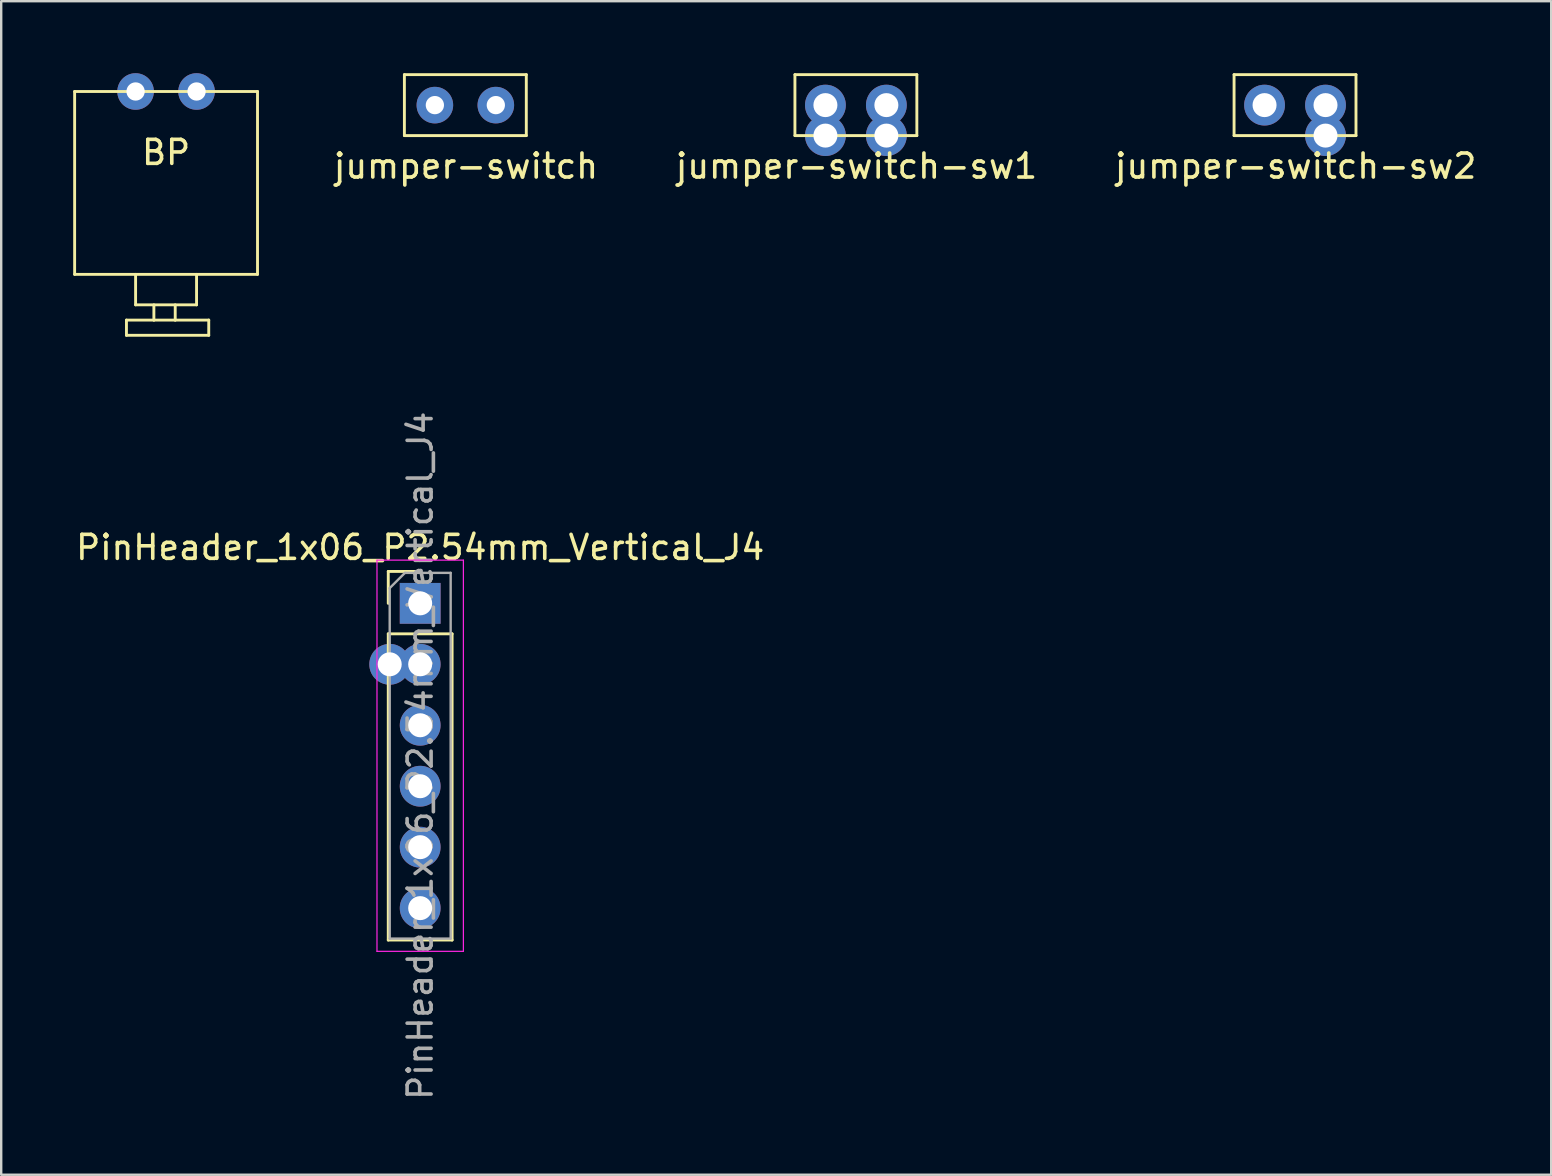
<source format=kicad_pcb>
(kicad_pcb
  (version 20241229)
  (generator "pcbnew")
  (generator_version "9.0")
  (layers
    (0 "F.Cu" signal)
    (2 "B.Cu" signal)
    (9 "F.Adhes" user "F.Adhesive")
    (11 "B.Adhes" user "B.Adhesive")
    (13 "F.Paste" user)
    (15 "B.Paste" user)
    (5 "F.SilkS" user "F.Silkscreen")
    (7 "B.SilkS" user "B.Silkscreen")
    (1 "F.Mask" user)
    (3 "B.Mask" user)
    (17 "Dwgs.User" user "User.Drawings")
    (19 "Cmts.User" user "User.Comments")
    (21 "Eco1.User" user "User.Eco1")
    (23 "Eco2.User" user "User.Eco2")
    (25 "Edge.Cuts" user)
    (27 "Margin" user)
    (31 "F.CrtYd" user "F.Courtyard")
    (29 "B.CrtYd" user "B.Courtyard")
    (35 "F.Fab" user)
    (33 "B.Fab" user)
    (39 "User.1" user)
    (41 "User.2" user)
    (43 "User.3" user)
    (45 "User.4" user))
  (footprint "PinHeader_1x06_P2.54mm_Vertical_J4"
    (layer "F.Cu")
    (at 14.458 22.09)
    (property "Reference" "PinHeader_1x06_P2.54mm_Vertical_J4" (at 0 -2.33 0) (layer "F.SilkS") (effects (font (size 1 1) (thickness 0.15))))
    (attr through_hole)
    (fp_line (start -1.33 -1.33) (end 0 -1.33) (stroke (width 0.12) (type solid)) (layer "F.SilkS"))
    (fp_line (start -1.33 0) (end -1.33 -1.33) (stroke (width 0.12) (type solid)) (layer "F.SilkS"))
    (fp_line (start -1.33 1.27) (end -1.33 14.03) (stroke (width 0.12) (type solid)) (layer "F.SilkS"))
    (fp_line (start -1.33 1.27) (end 1.33 1.27) (stroke (width 0.12) (type solid)) (layer "F.SilkS"))
    (fp_line (start -1.33 14.03) (end 1.33 14.03) (stroke (width 0.12) (type solid)) (layer "F.SilkS"))
    (fp_line (start 1.33 1.27) (end 1.33 14.03) (stroke (width 0.12) (type solid)) (layer "F.SilkS"))
    (fp_line (start -1.8 -1.8) (end -1.8 14.5) (stroke (width 0.05) (type solid)) (layer "F.CrtYd"))
    (fp_line (start -1.8 14.5) (end 1.8 14.5) (stroke (width 0.05) (type solid)) (layer "F.CrtYd"))
    (fp_line (start 1.8 -1.8) (end -1.8 -1.8) (stroke (width 0.05) (type solid)) (layer "F.CrtYd"))
    (fp_line (start 1.8 14.5) (end 1.8 -1.8) (stroke (width 0.05) (type solid)) (layer "F.CrtYd"))
    (fp_line (start -1.27 -0.635) (end -0.635 -1.27) (stroke (width 0.1) (type solid)) (layer "F.Fab"))
    (fp_line (start -1.27 13.97) (end -1.27 -0.635) (stroke (width 0.1) (type solid)) (layer "F.Fab"))
    (fp_line (start -0.635 -1.27) (end 1.27 -1.27) (stroke (width 0.1) (type solid)) (layer "F.Fab"))
    (fp_line (start 1.27 -1.27) (end 1.27 13.97) (stroke (width 0.1) (type solid)) (layer "F.Fab"))
    (fp_line (start 1.27 13.97) (end -1.27 13.97) (stroke (width 0.1) (type solid)) (layer "F.Fab"))
    (fp_text user "${REFERENCE}" (at 0 6.35 90) (layer "F.Fab") (effects (font (size 1 1) (thickness 0.15))))
    (pad "1" thru_hole rect (at 0 0) (size 1.7 1.7) (drill 1) (layers "*.Cu" "*.Mask"))
    (pad "2" thru_hole oval (at 0 2.54) (size 1.7 1.7) (drill oval 1) (layers "*.Cu" "*.Mask"))
    (pad "3" thru_hole oval (at 0 5.08) (size 1.7 1.7) (drill 1) (layers "*.Cu" "*.Mask"))
    (pad "4" thru_hole oval (at 0 7.62) (size 1.7 1.7) (drill 1) (layers "*.Cu" "*.Mask"))
    (pad "5" thru_hole oval (at 0 10.16) (size 1.7 1.7) (drill 1) (layers "*.Cu" "*.Mask"))
    (pad "6" thru_hole oval (at 0 12.7) (size 1.7 1.7) (drill 1) (layers "*.Cu" "*.Mask"))
    (pad "7" thru_hole oval (at -1.27 2.54) (size 1.7 1.7) (drill oval 1) (layers "*.Cu" "*.Mask")))
  (footprint "jumper-switch"
    (layer "F.Cu")
    (at 16.34 1.33)
    (property "Reference" "jumper-switch" (at 0.025 2.54 0) (layer "F.SilkS") (effects (font (size 1 1) (thickness 0.15))))
    (attr through_hole)
    (fp_line (start -2.54 -1.27) (end 2.54 -1.27) (stroke (width 0.12) (type solid)) (layer "F.SilkS"))
    (fp_line (start -2.54 1.27) (end -2.54 -1.27) (stroke (width 0.12) (type solid)) (layer "F.SilkS"))
    (fp_line (start 2.54 -1.27) (end 2.54 1.27) (stroke (width 0.12) (type solid)) (layer "F.SilkS"))
    (fp_line (start 2.54 1.27) (end -2.54 1.27) (stroke (width 0.12) (type solid)) (layer "F.SilkS"))
    (pad "1" thru_hole circle (at -1.27 0) (size 1.524 1.524) (drill 0.762) (layers "*.Cu" "*.Mask"))
    (pad "2" thru_hole circle (at 1.27 0) (size 1.524 1.524) (drill 0.762) (layers "*.Cu" "*.Mask")))
  (footprint "jumper-switch-sw2"
    (layer "F.Cu")
    (at 50.911 1.33)
    (property "Reference" "jumper-switch-sw2" (at 0.025 2.54 0) (layer "F.SilkS") (effects (font (size 1 1) (thickness 0.15))))
    (attr through_hole)
    (fp_line (start -2.54 -1.27) (end 2.54 -1.27) (stroke (width 0.12) (type solid)) (layer "F.SilkS"))
    (fp_line (start -2.54 1.27) (end -2.54 -1.27) (stroke (width 0.12) (type solid)) (layer "F.SilkS"))
    (fp_line (start 2.54 -1.27) (end 2.54 1.27) (stroke (width 0.12) (type solid)) (layer "F.SilkS"))
    (fp_line (start 2.54 1.27) (end -2.54 1.27) (stroke (width 0.12) (type solid)) (layer "F.SilkS"))
    (pad "1" thru_hole circle (at -1.27 0) (size 1.7 1.7) (drill 1) (layers "*.Cu" "*.Mask"))
    (pad "2" thru_hole circle (at 1.27 0) (size 1.7 1.7) (drill oval 1) (layers "*.Cu" "*.Mask"))
    (pad "4" thru_hole circle (at 1.27 1.27) (size 1.7 1.7) (drill oval 1) (layers "*.Cu" "*.Mask")))
  (footprint "BP"
    (layer "F.Cu")
    (at 3.87 0.762)
    (property "Reference" "BP" (at 0 2.54 0) (layer "F.SilkS") (effects (font (size 1 1) (thickness 0.15))))
    (attr through_hole)
    (fp_line (start -3.81 0) (end 3.81 0) (stroke (width 0.12) (type solid)) (layer "F.SilkS"))
    (fp_line (start -3.81 7.62) (end -3.81 0) (stroke (width 0.12) (type solid)) (layer "F.SilkS"))
    (fp_line (start -1.651 9.525) (end -0.508 9.525) (stroke (width 0.12) (type solid)) (layer "F.SilkS"))
    (fp_line (start -1.651 10.16) (end -1.651 9.525) (stroke (width 0.12) (type solid)) (layer "F.SilkS"))
    (fp_line (start -1.27 7.62) (end -1.27 8.89) (stroke (width 0.12) (type solid)) (layer "F.SilkS"))
    (fp_line (start -1.27 8.89) (end 1.27 8.89) (stroke (width 0.12) (type solid)) (layer "F.SilkS"))
    (fp_line (start -0.508 8.89) (end -0.508 9.525) (stroke (width 0.12) (type solid)) (layer "F.SilkS"))
    (fp_line (start -0.508 9.525) (end 0.381 9.525) (stroke (width 0.12) (type solid)) (layer "F.SilkS"))
    (fp_line (start 0.381 9.525) (end 0.381 8.89) (stroke (width 0.12) (type solid)) (layer "F.SilkS"))
    (fp_line (start 0.381 9.525) (end 1.778 9.525) (stroke (width 0.12) (type solid)) (layer "F.SilkS"))
    (fp_line (start 1.27 8.89) (end 1.27 7.62) (stroke (width 0.12) (type solid)) (layer "F.SilkS"))
    (fp_line (start 1.778 9.525) (end 1.778 10.16) (stroke (width 0.12) (type solid)) (layer "F.SilkS"))
    (fp_line (start 1.778 10.16) (end -1.651 10.16) (stroke (width 0.12) (type solid)) (layer "F.SilkS"))
    (fp_line (start 3.81 0) (end 3.81 7.62) (stroke (width 0.12) (type solid)) (layer "F.SilkS"))
    (fp_line (start 3.81 7.62) (end -3.81 7.62) (stroke (width 0.12) (type solid)) (layer "F.SilkS"))
    (pad "1" thru_hole circle (at -1.27 0) (size 1.524 1.524) (drill 0.762) (layers "*.Cu" "*.Mask"))
    (pad "2" thru_hole circle (at 1.27 0) (size 1.524 1.524) (drill 0.762) (layers "*.Cu" "*.Mask")))
  (footprint "jumper-switch-sw1"
    (layer "F.Cu")
    (at 32.613 1.33)
    (property "Reference" "jumper-switch-sw1" (at 0.025 2.54 0) (layer "F.SilkS") (effects (font (size 1 1) (thickness 0.15))))
    (attr through_hole)
    (fp_line (start -2.54 -1.27) (end 2.54 -1.27) (stroke (width 0.12) (type solid)) (layer "F.SilkS"))
    (fp_line (start -2.54 1.27) (end -2.54 -1.27) (stroke (width 0.12) (type solid)) (layer "F.SilkS"))
    (fp_line (start 2.54 -1.27) (end 2.54 1.27) (stroke (width 0.12) (type solid)) (layer "F.SilkS"))
    (fp_line (start 2.54 1.27) (end -2.54 1.27) (stroke (width 0.12) (type solid)) (layer "F.SilkS"))
    (pad "1" thru_hole circle (at -1.27 0) (size 1.7 1.7) (drill oval 1) (layers "*.Cu" "*.Mask"))
    (pad "2" thru_hole circle (at 1.27 0) (size 1.7 1.7) (drill oval 1) (layers "*.Cu" "*.Mask"))
    (pad "3" thru_hole circle (at 1.27 1.27) (size 1.7 1.7) (drill oval 1) (layers "*.Cu" "*.Mask"))
    (pad "4" thru_hole circle (at -1.27 1.27) (size 1.7 1.7) (drill oval 1) (layers "*.Cu" "*.Mask")))
  (gr_rect
    (start -3 -3)
    (end 61.585 45.899)
    (stroke (width 0.1) (type default))
    (fill no)
    (layer "Edge.Cuts")))
</source>
